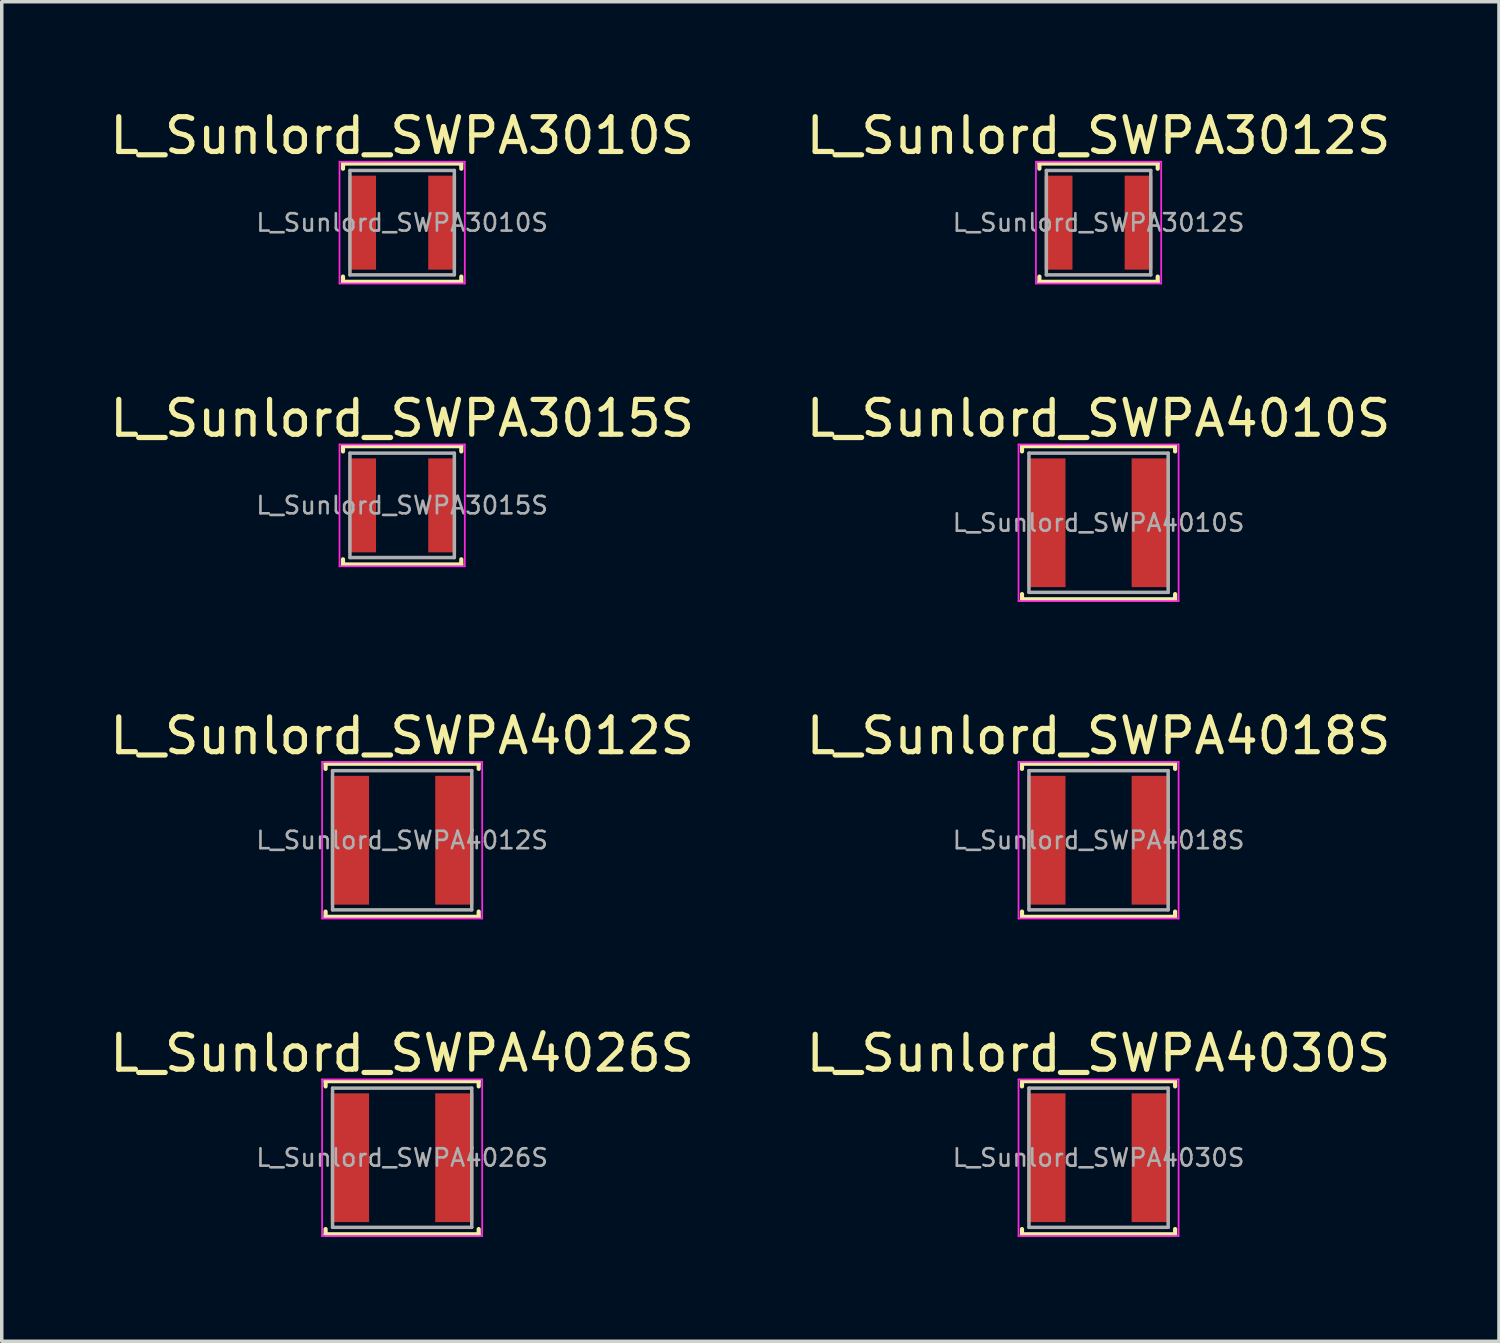
<source format=kicad_pcb>
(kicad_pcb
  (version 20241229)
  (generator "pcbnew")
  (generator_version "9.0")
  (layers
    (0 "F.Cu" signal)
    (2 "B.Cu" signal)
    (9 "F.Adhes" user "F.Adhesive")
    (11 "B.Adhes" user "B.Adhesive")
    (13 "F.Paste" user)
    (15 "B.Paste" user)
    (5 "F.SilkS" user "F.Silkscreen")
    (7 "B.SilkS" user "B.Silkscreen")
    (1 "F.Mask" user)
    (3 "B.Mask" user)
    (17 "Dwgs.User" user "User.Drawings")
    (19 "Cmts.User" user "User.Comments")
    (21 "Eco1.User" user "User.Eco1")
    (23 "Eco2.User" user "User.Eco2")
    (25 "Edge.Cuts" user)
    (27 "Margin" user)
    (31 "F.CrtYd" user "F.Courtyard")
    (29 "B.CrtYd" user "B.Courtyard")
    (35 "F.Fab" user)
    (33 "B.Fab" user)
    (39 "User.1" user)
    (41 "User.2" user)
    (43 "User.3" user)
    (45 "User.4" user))
  (footprint "L_Sunlord_SWPA3012S"
    (layer "F.Cu")
    (at 28.518 3.348)
    (property "Reference" "L_Sunlord_SWPA3012S" (at 0 -2.5 0) (layer "F.SilkS") (effects (font (size 1 1) (thickness 0.15))))
    (attr smd)
    (fp_line (start -1.7 -1.7) (end -1.7 -1.55) (stroke (width 0.12) (type solid)) (layer "F.SilkS"))
    (fp_line (start -1.7 -1.7) (end 1.7 -1.7) (stroke (width 0.12) (type solid)) (layer "F.SilkS"))
    (fp_line (start -1.7 1.7) (end -1.7 1.55) (stroke (width 0.12) (type solid)) (layer "F.SilkS"))
    (fp_line (start -1.7 1.7) (end 1.7 1.7) (stroke (width 0.12) (type solid)) (layer "F.SilkS"))
    (fp_line (start 1.7 -1.7) (end 1.7 -1.55) (stroke (width 0.12) (type solid)) (layer "F.SilkS"))
    (fp_line (start 1.7 1.7) (end 1.7 1.55) (stroke (width 0.12) (type solid)) (layer "F.SilkS"))
    (fp_line (start -1.8 -1.75) (end -1.8 1.75) (stroke (width 0.05) (type solid)) (layer "F.CrtYd"))
    (fp_line (start -1.8 1.75) (end 1.8 1.75) (stroke (width 0.05) (type solid)) (layer "F.CrtYd"))
    (fp_line (start 1.8 -1.75) (end -1.8 -1.75) (stroke (width 0.05) (type solid)) (layer "F.CrtYd"))
    (fp_line (start 1.8 1.75) (end 1.8 -1.75) (stroke (width 0.05) (type solid)) (layer "F.CrtYd"))
    (fp_line (start -1.5 -1.5) (end -1.5 1.5) (stroke (width 0.1) (type solid)) (layer "F.Fab"))
    (fp_line (start -1.5 1.5) (end 1.5 1.5) (stroke (width 0.1) (type solid)) (layer "F.Fab"))
    (fp_line (start 1.5 -1.5) (end -1.5 -1.5) (stroke (width 0.1) (type solid)) (layer "F.Fab"))
    (fp_line (start 1.5 1.5) (end 1.5 -1.5) (stroke (width 0.1) (type solid)) (layer "F.Fab"))
    (fp_text user "${REFERENCE}" (at 0 0 0) (layer "F.Fab") (effects (font (size 0.5 0.5) (thickness 0.075))))
    (pad "1" smd rect (at -1.15 0) (size 0.8 2.7) (layers "F.Cu" "F.Mask" "F.Paste"))
    (pad "2" smd rect (at 1.15 0) (size 0.8 2.7) (layers "F.Cu" "F.Mask" "F.Paste")))
  (footprint "L_Sunlord_SWPA4012S"
    (layer "F.Cu")
    (at 8.506 21.095)
    (property "Reference" "L_Sunlord_SWPA4012S" (at 0 -3 0) (layer "F.SilkS") (effects (font (size 1 1) (thickness 0.15))))
    (attr smd)
    (fp_line (start -2.2 -2.2) (end -2.2 -2.05) (stroke (width 0.12) (type solid)) (layer "F.SilkS"))
    (fp_line (start -2.2 -2.2) (end 2.2 -2.2) (stroke (width 0.12) (type solid)) (layer "F.SilkS"))
    (fp_line (start -2.2 2.2) (end -2.2 2.05) (stroke (width 0.12) (type solid)) (layer "F.SilkS"))
    (fp_line (start -2.2 2.2) (end 2.2 2.2) (stroke (width 0.12) (type solid)) (layer "F.SilkS"))
    (fp_line (start 2.2 -2.2) (end 2.2 -2.05) (stroke (width 0.12) (type solid)) (layer "F.SilkS"))
    (fp_line (start 2.2 2.2) (end 2.2 2.05) (stroke (width 0.12) (type solid)) (layer "F.SilkS"))
    (fp_line (start -2.3 -2.25) (end -2.3 2.25) (stroke (width 0.05) (type solid)) (layer "F.CrtYd"))
    (fp_line (start -2.3 2.25) (end 2.3 2.25) (stroke (width 0.05) (type solid)) (layer "F.CrtYd"))
    (fp_line (start 2.3 -2.25) (end -2.3 -2.25) (stroke (width 0.05) (type solid)) (layer "F.CrtYd"))
    (fp_line (start 2.3 2.25) (end 2.3 -2.25) (stroke (width 0.05) (type solid)) (layer "F.CrtYd"))
    (fp_line (start -2 -2) (end -2 2) (stroke (width 0.1) (type solid)) (layer "F.Fab"))
    (fp_line (start -2 2) (end 2 2) (stroke (width 0.1) (type solid)) (layer "F.Fab"))
    (fp_line (start 2 -2) (end -2 -2) (stroke (width 0.1) (type solid)) (layer "F.Fab"))
    (fp_line (start 2 2) (end 2 -2) (stroke (width 0.1) (type solid)) (layer "F.Fab"))
    (fp_text user "${REFERENCE}" (at 0 0 0) (layer "F.Fab") (effects (font (size 0.5 0.5) (thickness 0.075))))
    (pad "1" smd rect (at -1.5 0) (size 1.1 3.7) (layers "F.Cu" "F.Mask" "F.Paste"))
    (pad "2" smd rect (at 1.5 0) (size 1.1 3.7) (layers "F.Cu" "F.Mask" "F.Paste")))
  (footprint "L_Sunlord_SWPA4018S"
    (layer "F.Cu")
    (at 28.518 21.095)
    (property "Reference" "L_Sunlord_SWPA4018S" (at 0 -3 0) (layer "F.SilkS") (effects (font (size 1 1) (thickness 0.15))))
    (attr smd)
    (fp_line (start -2.2 -2.2) (end -2.2 -2.05) (stroke (width 0.12) (type solid)) (layer "F.SilkS"))
    (fp_line (start -2.2 -2.2) (end 2.2 -2.2) (stroke (width 0.12) (type solid)) (layer "F.SilkS"))
    (fp_line (start -2.2 2.2) (end -2.2 2.05) (stroke (width 0.12) (type solid)) (layer "F.SilkS"))
    (fp_line (start -2.2 2.2) (end 2.2 2.2) (stroke (width 0.12) (type solid)) (layer "F.SilkS"))
    (fp_line (start 2.2 -2.2) (end 2.2 -2.05) (stroke (width 0.12) (type solid)) (layer "F.SilkS"))
    (fp_line (start 2.2 2.2) (end 2.2 2.05) (stroke (width 0.12) (type solid)) (layer "F.SilkS"))
    (fp_line (start -2.3 -2.25) (end -2.3 2.25) (stroke (width 0.05) (type solid)) (layer "F.CrtYd"))
    (fp_line (start -2.3 2.25) (end 2.3 2.25) (stroke (width 0.05) (type solid)) (layer "F.CrtYd"))
    (fp_line (start 2.3 -2.25) (end -2.3 -2.25) (stroke (width 0.05) (type solid)) (layer "F.CrtYd"))
    (fp_line (start 2.3 2.25) (end 2.3 -2.25) (stroke (width 0.05) (type solid)) (layer "F.CrtYd"))
    (fp_line (start -2 -2) (end -2 2) (stroke (width 0.1) (type solid)) (layer "F.Fab"))
    (fp_line (start -2 2) (end 2 2) (stroke (width 0.1) (type solid)) (layer "F.Fab"))
    (fp_line (start 2 -2) (end -2 -2) (stroke (width 0.1) (type solid)) (layer "F.Fab"))
    (fp_line (start 2 2) (end 2 -2) (stroke (width 0.1) (type solid)) (layer "F.Fab"))
    (fp_text user "${REFERENCE}" (at 0 0 0) (layer "F.Fab") (effects (font (size 0.5 0.5) (thickness 0.075))))
    (pad "1" smd rect (at -1.5 0) (size 1.1 3.7) (layers "F.Cu" "F.Mask" "F.Paste"))
    (pad "2" smd rect (at 1.5 0) (size 1.1 3.7) (layers "F.Cu" "F.Mask" "F.Paste")))
  (footprint "L_Sunlord_SWPA3015S"
    (layer "F.Cu")
    (at 8.506 11.472)
    (property "Reference" "L_Sunlord_SWPA3015S" (at 0 -2.5 0) (layer "F.SilkS") (effects (font (size 1 1) (thickness 0.15))))
    (attr smd)
    (fp_line (start -1.7 -1.7) (end -1.7 -1.55) (stroke (width 0.12) (type solid)) (layer "F.SilkS"))
    (fp_line (start -1.7 -1.7) (end 1.7 -1.7) (stroke (width 0.12) (type solid)) (layer "F.SilkS"))
    (fp_line (start -1.7 1.7) (end -1.7 1.55) (stroke (width 0.12) (type solid)) (layer "F.SilkS"))
    (fp_line (start -1.7 1.7) (end 1.7 1.7) (stroke (width 0.12) (type solid)) (layer "F.SilkS"))
    (fp_line (start 1.7 -1.7) (end 1.7 -1.55) (stroke (width 0.12) (type solid)) (layer "F.SilkS"))
    (fp_line (start 1.7 1.7) (end 1.7 1.55) (stroke (width 0.12) (type solid)) (layer "F.SilkS"))
    (fp_line (start -1.8 -1.75) (end -1.8 1.75) (stroke (width 0.05) (type solid)) (layer "F.CrtYd"))
    (fp_line (start -1.8 1.75) (end 1.8 1.75) (stroke (width 0.05) (type solid)) (layer "F.CrtYd"))
    (fp_line (start 1.8 -1.75) (end -1.8 -1.75) (stroke (width 0.05) (type solid)) (layer "F.CrtYd"))
    (fp_line (start 1.8 1.75) (end 1.8 -1.75) (stroke (width 0.05) (type solid)) (layer "F.CrtYd"))
    (fp_line (start -1.5 -1.5) (end -1.5 1.5) (stroke (width 0.1) (type solid)) (layer "F.Fab"))
    (fp_line (start -1.5 1.5) (end 1.5 1.5) (stroke (width 0.1) (type solid)) (layer "F.Fab"))
    (fp_line (start 1.5 -1.5) (end -1.5 -1.5) (stroke (width 0.1) (type solid)) (layer "F.Fab"))
    (fp_line (start 1.5 1.5) (end 1.5 -1.5) (stroke (width 0.1) (type solid)) (layer "F.Fab"))
    (fp_text user "${REFERENCE}" (at 0 0 0) (layer "F.Fab") (effects (font (size 0.5 0.5) (thickness 0.075))))
    (pad "1" smd rect (at -1.15 0) (size 0.8 2.7) (layers "F.Cu" "F.Mask" "F.Paste"))
    (pad "2" smd rect (at 1.15 0) (size 0.8 2.7) (layers "F.Cu" "F.Mask" "F.Paste")))
  (footprint "L_Sunlord_SWPA3010S"
    (layer "F.Cu")
    (at 8.506 3.348)
    (property "Reference" "L_Sunlord_SWPA3010S" (at 0 -2.5 0) (layer "F.SilkS") (effects (font (size 1 1) (thickness 0.15))))
    (attr smd)
    (fp_line (start -1.7 -1.7) (end -1.7 -1.55) (stroke (width 0.12) (type solid)) (layer "F.SilkS"))
    (fp_line (start -1.7 -1.7) (end 1.7 -1.7) (stroke (width 0.12) (type solid)) (layer "F.SilkS"))
    (fp_line (start -1.7 1.7) (end -1.7 1.55) (stroke (width 0.12) (type solid)) (layer "F.SilkS"))
    (fp_line (start -1.7 1.7) (end 1.7 1.7) (stroke (width 0.12) (type solid)) (layer "F.SilkS"))
    (fp_line (start 1.7 -1.7) (end 1.7 -1.55) (stroke (width 0.12) (type solid)) (layer "F.SilkS"))
    (fp_line (start 1.7 1.7) (end 1.7 1.55) (stroke (width 0.12) (type solid)) (layer "F.SilkS"))
    (fp_line (start -1.8 -1.75) (end -1.8 1.75) (stroke (width 0.05) (type solid)) (layer "F.CrtYd"))
    (fp_line (start -1.8 1.75) (end 1.8 1.75) (stroke (width 0.05) (type solid)) (layer "F.CrtYd"))
    (fp_line (start 1.8 -1.75) (end -1.8 -1.75) (stroke (width 0.05) (type solid)) (layer "F.CrtYd"))
    (fp_line (start 1.8 1.75) (end 1.8 -1.75) (stroke (width 0.05) (type solid)) (layer "F.CrtYd"))
    (fp_line (start -1.5 -1.5) (end -1.5 1.5) (stroke (width 0.1) (type solid)) (layer "F.Fab"))
    (fp_line (start -1.5 1.5) (end 1.5 1.5) (stroke (width 0.1) (type solid)) (layer "F.Fab"))
    (fp_line (start 1.5 -1.5) (end -1.5 -1.5) (stroke (width 0.1) (type solid)) (layer "F.Fab"))
    (fp_line (start 1.5 1.5) (end 1.5 -1.5) (stroke (width 0.1) (type solid)) (layer "F.Fab"))
    (fp_text user "${REFERENCE}" (at 0 0 0) (layer "F.Fab") (effects (font (size 0.5 0.5) (thickness 0.075))))
    (pad "1" smd rect (at -1.15 0) (size 0.8 2.7) (layers "F.Cu" "F.Mask" "F.Paste"))
    (pad "2" smd rect (at 1.15 0) (size 0.8 2.7) (layers "F.Cu" "F.Mask" "F.Paste")))
  (footprint "L_Sunlord_SWPA4030S"
    (layer "F.Cu")
    (at 28.518 30.218)
    (property "Reference" "L_Sunlord_SWPA4030S" (at 0 -3 0) (layer "F.SilkS") (effects (font (size 1 1) (thickness 0.15))))
    (attr smd)
    (fp_line (start -2.2 -2.2) (end -2.2 -2.05) (stroke (width 0.12) (type solid)) (layer "F.SilkS"))
    (fp_line (start -2.2 -2.2) (end 2.2 -2.2) (stroke (width 0.12) (type solid)) (layer "F.SilkS"))
    (fp_line (start -2.2 2.2) (end -2.2 2.05) (stroke (width 0.12) (type solid)) (layer "F.SilkS"))
    (fp_line (start -2.2 2.2) (end 2.2 2.2) (stroke (width 0.12) (type solid)) (layer "F.SilkS"))
    (fp_line (start 2.2 -2.2) (end 2.2 -2.05) (stroke (width 0.12) (type solid)) (layer "F.SilkS"))
    (fp_line (start 2.2 2.2) (end 2.2 2.05) (stroke (width 0.12) (type solid)) (layer "F.SilkS"))
    (fp_line (start -2.3 -2.25) (end -2.3 2.25) (stroke (width 0.05) (type solid)) (layer "F.CrtYd"))
    (fp_line (start -2.3 2.25) (end 2.3 2.25) (stroke (width 0.05) (type solid)) (layer "F.CrtYd"))
    (fp_line (start 2.3 -2.25) (end -2.3 -2.25) (stroke (width 0.05) (type solid)) (layer "F.CrtYd"))
    (fp_line (start 2.3 2.25) (end 2.3 -2.25) (stroke (width 0.05) (type solid)) (layer "F.CrtYd"))
    (fp_line (start -2 -2) (end -2 2) (stroke (width 0.1) (type solid)) (layer "F.Fab"))
    (fp_line (start -2 2) (end 2 2) (stroke (width 0.1) (type solid)) (layer "F.Fab"))
    (fp_line (start 2 -2) (end -2 -2) (stroke (width 0.1) (type solid)) (layer "F.Fab"))
    (fp_line (start 2 2) (end 2 -2) (stroke (width 0.1) (type solid)) (layer "F.Fab"))
    (fp_text user "${REFERENCE}" (at 0 0 0) (layer "F.Fab") (effects (font (size 0.5 0.5) (thickness 0.075))))
    (pad "1" smd rect (at -1.5 0) (size 1.1 3.7) (layers "F.Cu" "F.Mask" "F.Paste"))
    (pad "2" smd rect (at 1.5 0) (size 1.1 3.7) (layers "F.Cu" "F.Mask" "F.Paste")))
  (footprint "L_Sunlord_SWPA4026S"
    (layer "F.Cu")
    (at 8.506 30.218)
    (property "Reference" "L_Sunlord_SWPA4026S" (at 0 -3 0) (layer "F.SilkS") (effects (font (size 1 1) (thickness 0.15))))
    (attr smd)
    (fp_line (start -2.2 -2.2) (end -2.2 -2.05) (stroke (width 0.12) (type solid)) (layer "F.SilkS"))
    (fp_line (start -2.2 -2.2) (end 2.2 -2.2) (stroke (width 0.12) (type solid)) (layer "F.SilkS"))
    (fp_line (start -2.2 2.2) (end -2.2 2.05) (stroke (width 0.12) (type solid)) (layer "F.SilkS"))
    (fp_line (start -2.2 2.2) (end 2.2 2.2) (stroke (width 0.12) (type solid)) (layer "F.SilkS"))
    (fp_line (start 2.2 -2.2) (end 2.2 -2.05) (stroke (width 0.12) (type solid)) (layer "F.SilkS"))
    (fp_line (start 2.2 2.2) (end 2.2 2.05) (stroke (width 0.12) (type solid)) (layer "F.SilkS"))
    (fp_line (start -2.3 -2.25) (end -2.3 2.25) (stroke (width 0.05) (type solid)) (layer "F.CrtYd"))
    (fp_line (start -2.3 2.25) (end 2.3 2.25) (stroke (width 0.05) (type solid)) (layer "F.CrtYd"))
    (fp_line (start 2.3 -2.25) (end -2.3 -2.25) (stroke (width 0.05) (type solid)) (layer "F.CrtYd"))
    (fp_line (start 2.3 2.25) (end 2.3 -2.25) (stroke (width 0.05) (type solid)) (layer "F.CrtYd"))
    (fp_line (start -2 -2) (end -2 2) (stroke (width 0.1) (type solid)) (layer "F.Fab"))
    (fp_line (start -2 2) (end 2 2) (stroke (width 0.1) (type solid)) (layer "F.Fab"))
    (fp_line (start 2 -2) (end -2 -2) (stroke (width 0.1) (type solid)) (layer "F.Fab"))
    (fp_line (start 2 2) (end 2 -2) (stroke (width 0.1) (type solid)) (layer "F.Fab"))
    (fp_text user "${REFERENCE}" (at 0 0 0) (layer "F.Fab") (effects (font (size 0.5 0.5) (thickness 0.075))))
    (pad "1" smd rect (at -1.5 0) (size 1.1 3.7) (layers "F.Cu" "F.Mask" "F.Paste"))
    (pad "2" smd rect (at 1.5 0) (size 1.1 3.7) (layers "F.Cu" "F.Mask" "F.Paste")))
  (footprint "L_Sunlord_SWPA4010S"
    (layer "F.Cu")
    (at 28.518 11.972)
    (property "Reference" "L_Sunlord_SWPA4010S" (at 0 -3 0) (layer "F.SilkS") (effects (font (size 1 1) (thickness 0.15))))
    (attr smd)
    (fp_line (start -2.2 -2.2) (end -2.2 -2.05) (stroke (width 0.12) (type solid)) (layer "F.SilkS"))
    (fp_line (start -2.2 -2.2) (end 2.2 -2.2) (stroke (width 0.12) (type solid)) (layer "F.SilkS"))
    (fp_line (start -2.2 2.2) (end -2.2 2.05) (stroke (width 0.12) (type solid)) (layer "F.SilkS"))
    (fp_line (start -2.2 2.2) (end 2.2 2.2) (stroke (width 0.12) (type solid)) (layer "F.SilkS"))
    (fp_line (start 2.2 -2.2) (end 2.2 -2.05) (stroke (width 0.12) (type solid)) (layer "F.SilkS"))
    (fp_line (start 2.2 2.2) (end 2.2 2.05) (stroke (width 0.12) (type solid)) (layer "F.SilkS"))
    (fp_line (start -2.3 -2.25) (end -2.3 2.25) (stroke (width 0.05) (type solid)) (layer "F.CrtYd"))
    (fp_line (start -2.3 2.25) (end 2.3 2.25) (stroke (width 0.05) (type solid)) (layer "F.CrtYd"))
    (fp_line (start 2.3 -2.25) (end -2.3 -2.25) (stroke (width 0.05) (type solid)) (layer "F.CrtYd"))
    (fp_line (start 2.3 2.25) (end 2.3 -2.25) (stroke (width 0.05) (type solid)) (layer "F.CrtYd"))
    (fp_line (start -2 -2) (end -2 2) (stroke (width 0.1) (type solid)) (layer "F.Fab"))
    (fp_line (start -2 2) (end 2 2) (stroke (width 0.1) (type solid)) (layer "F.Fab"))
    (fp_line (start 2 -2) (end -2 -2) (stroke (width 0.1) (type solid)) (layer "F.Fab"))
    (fp_line (start 2 2) (end 2 -2) (stroke (width 0.1) (type solid)) (layer "F.Fab"))
    (fp_text user "${REFERENCE}" (at 0 0 0) (layer "F.Fab") (effects (font (size 0.5 0.5) (thickness 0.075))))
    (pad "1" smd rect (at -1.5 0) (size 1.1 3.7) (layers "F.Cu" "F.Mask" "F.Paste"))
    (pad "2" smd rect (at 1.5 0) (size 1.1 3.7) (layers "F.Cu" "F.Mask" "F.Paste")))
  (gr_rect
    (start -3 -3)
    (end 40.024 35.493)
    (stroke (width 0.1) (type default))
    (fill no)
    (layer "Edge.Cuts")))
</source>
